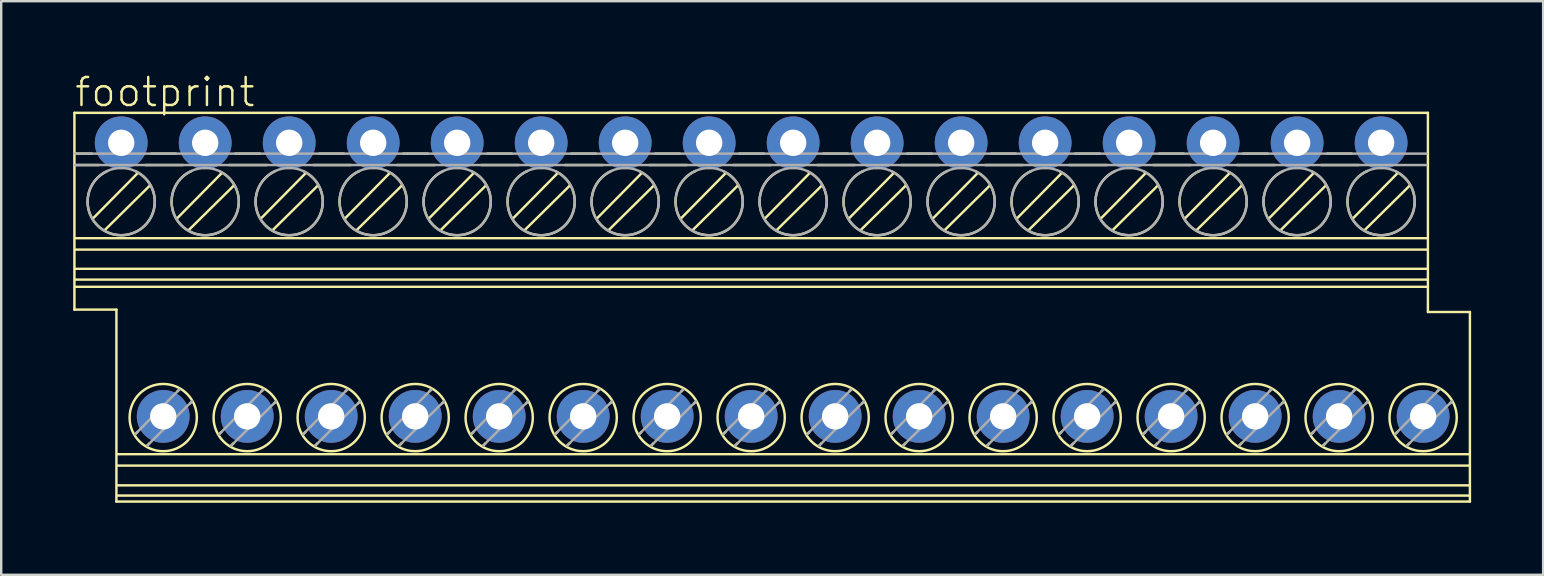
<source format=kicad_pcb>
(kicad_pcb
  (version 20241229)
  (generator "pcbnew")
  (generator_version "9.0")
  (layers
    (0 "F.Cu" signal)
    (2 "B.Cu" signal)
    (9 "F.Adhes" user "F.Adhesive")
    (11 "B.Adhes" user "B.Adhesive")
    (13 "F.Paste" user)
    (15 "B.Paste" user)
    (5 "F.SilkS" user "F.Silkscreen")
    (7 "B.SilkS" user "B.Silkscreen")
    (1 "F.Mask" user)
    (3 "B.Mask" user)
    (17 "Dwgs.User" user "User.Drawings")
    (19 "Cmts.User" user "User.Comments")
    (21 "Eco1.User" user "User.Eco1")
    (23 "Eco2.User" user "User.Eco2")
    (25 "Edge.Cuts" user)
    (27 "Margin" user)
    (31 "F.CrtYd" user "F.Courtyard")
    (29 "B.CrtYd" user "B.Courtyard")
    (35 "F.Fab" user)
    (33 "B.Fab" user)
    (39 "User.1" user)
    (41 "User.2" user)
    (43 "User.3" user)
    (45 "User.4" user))
  (footprint "footprint"
    (layer "F.Cu")
    (at 28.251 9.751)
    (property "Reference" "footprint" (at -28.251 -8.278 0) (layer "F.SilkS") (effects (font (size 1.168 1.168) (thickness 0.102)) (justify left bottom)))
    (fp_line (start -28.2 -8.1) (end 28.2 -8.1) (stroke (width 0.102) (type solid)) (layer "F.SilkS"))
    (fp_line (start -28.2 0.1) (end -28.2 -8.1) (stroke (width 0.102) (type solid)) (layer "F.SilkS"))
    (fp_line (start -28.175 -6.4) (end -27.475 -6.4) (stroke (width 0.102) (type solid)) (layer "F.SilkS"))
    (fp_line (start -28.175 -5.925) (end -27.175 -5.925) (stroke (width 0.102) (type solid)) (layer "F.SilkS"))
    (fp_line (start -28.15 -2.875) (end 28.175 -2.875) (stroke (width 0.102) (type solid)) (layer "F.SilkS"))
    (fp_line (start -28.15 -2.4) (end 28.175 -2.4) (stroke (width 0.102) (type solid)) (layer "F.SilkS"))
    (fp_line (start -28.15 -1.6) (end 28.175 -1.6) (stroke (width 0.102) (type solid)) (layer "F.SilkS"))
    (fp_line (start -28.15 -0.85) (end 28.175 -0.85) (stroke (width 0.102) (type solid)) (layer "F.SilkS"))
    (fp_line (start -27.425 -3.7) (end -25.575 -5.575) (stroke (width 0.102) (type solid)) (layer "F.SilkS"))
    (fp_line (start -26.925 -3.225) (end -25.05 -5.075) (stroke (width 0.102) (type solid)) (layer "F.SilkS"))
    (fp_line (start -26.45 0.1) (end -28.2 0.1) (stroke (width 0.102) (type solid)) (layer "F.SilkS"))
    (fp_line (start -26.45 8.1) (end -26.45 0.1) (stroke (width 0.102) (type solid)) (layer "F.SilkS"))
    (fp_line (start -26.4 6.125) (end 29.925 6.125) (stroke (width 0.102) (type solid)) (layer "F.SilkS"))
    (fp_line (start -26.4 6.6) (end 29.925 6.6) (stroke (width 0.102) (type solid)) (layer "F.SilkS"))
    (fp_line (start -26.4 7.425) (end 29.925 7.425) (stroke (width 0.102) (type solid)) (layer "F.SilkS"))
    (fp_line (start -26.4 7.85) (end 29.925 7.85) (stroke (width 0.102) (type solid)) (layer "F.SilkS"))
    (fp_line (start -25.675 5.3) (end -25.575 5.2) (stroke (width 0.102) (type solid)) (layer "F.SilkS"))
    (fp_line (start -25.25 -5.925) (end -23.675 -5.925) (stroke (width 0.102) (type solid)) (layer "F.SilkS"))
    (fp_line (start -25.175 5.775) (end -25.075 5.675) (stroke (width 0.102) (type solid)) (layer "F.SilkS"))
    (fp_line (start -25 -6.4) (end -23.975 -6.4) (stroke (width 0.102) (type solid)) (layer "F.SilkS"))
    (fp_line (start -23.925 -3.7) (end -22.075 -5.575) (stroke (width 0.102) (type solid)) (layer "F.SilkS"))
    (fp_line (start -23.9 3.5) (end -23.825 3.425) (stroke (width 0.102) (type solid)) (layer "F.SilkS"))
    (fp_line (start -23.425 -3.225) (end -21.55 -5.075) (stroke (width 0.102) (type solid)) (layer "F.SilkS"))
    (fp_line (start -23.375 4) (end -23.3 3.925) (stroke (width 0.102) (type solid)) (layer "F.SilkS"))
    (fp_line (start -22.175 5.3) (end -22.075 5.2) (stroke (width 0.102) (type solid)) (layer "F.SilkS"))
    (fp_line (start -21.75 -5.925) (end -20.175 -5.925) (stroke (width 0.102) (type solid)) (layer "F.SilkS"))
    (fp_line (start -21.675 5.775) (end -21.575 5.675) (stroke (width 0.102) (type solid)) (layer "F.SilkS"))
    (fp_line (start -21.5 -6.4) (end -20.475 -6.4) (stroke (width 0.102) (type solid)) (layer "F.SilkS"))
    (fp_line (start -20.425 -3.7) (end -18.575 -5.575) (stroke (width 0.102) (type solid)) (layer "F.SilkS"))
    (fp_line (start -20.4 3.5) (end -20.325 3.425) (stroke (width 0.102) (type solid)) (layer "F.SilkS"))
    (fp_line (start -19.925 -3.225) (end -18.05 -5.075) (stroke (width 0.102) (type solid)) (layer "F.SilkS"))
    (fp_line (start -19.875 4) (end -19.8 3.925) (stroke (width 0.102) (type solid)) (layer "F.SilkS"))
    (fp_line (start -18.675 5.3) (end -18.575 5.2) (stroke (width 0.102) (type solid)) (layer "F.SilkS"))
    (fp_line (start -18.25 -5.925) (end -16.675 -5.925) (stroke (width 0.102) (type solid)) (layer "F.SilkS"))
    (fp_line (start -18.175 5.775) (end -18.075 5.675) (stroke (width 0.102) (type solid)) (layer "F.SilkS"))
    (fp_line (start -18 -6.4) (end -16.975 -6.4) (stroke (width 0.102) (type solid)) (layer "F.SilkS"))
    (fp_line (start -16.925 -3.7) (end -15.075 -5.575) (stroke (width 0.102) (type solid)) (layer "F.SilkS"))
    (fp_line (start -16.9 3.5) (end -16.825 3.425) (stroke (width 0.102) (type solid)) (layer "F.SilkS"))
    (fp_line (start -16.425 -3.225) (end -14.55 -5.075) (stroke (width 0.102) (type solid)) (layer "F.SilkS"))
    (fp_line (start -16.375 4) (end -16.3 3.925) (stroke (width 0.102) (type solid)) (layer "F.SilkS"))
    (fp_line (start -15.175 5.3) (end -15.075 5.2) (stroke (width 0.102) (type solid)) (layer "F.SilkS"))
    (fp_line (start -14.75 -5.925) (end -13.175 -5.925) (stroke (width 0.102) (type solid)) (layer "F.SilkS"))
    (fp_line (start -14.675 5.775) (end -14.575 5.675) (stroke (width 0.102) (type solid)) (layer "F.SilkS"))
    (fp_line (start -14.5 -6.4) (end -13.475 -6.4) (stroke (width 0.102) (type solid)) (layer "F.SilkS"))
    (fp_line (start -13.425 -3.7) (end -11.575 -5.575) (stroke (width 0.102) (type solid)) (layer "F.SilkS"))
    (fp_line (start -13.4 3.5) (end -13.325 3.425) (stroke (width 0.102) (type solid)) (layer "F.SilkS"))
    (fp_line (start -12.925 -3.225) (end -11.05 -5.075) (stroke (width 0.102) (type solid)) (layer "F.SilkS"))
    (fp_line (start -12.875 4) (end -12.8 3.925) (stroke (width 0.102) (type solid)) (layer "F.SilkS"))
    (fp_line (start -11.675 5.3) (end -11.575 5.2) (stroke (width 0.102) (type solid)) (layer "F.SilkS"))
    (fp_line (start -11.25 -5.925) (end -9.675 -5.925) (stroke (width 0.102) (type solid)) (layer "F.SilkS"))
    (fp_line (start -11.175 5.775) (end -11.075 5.675) (stroke (width 0.102) (type solid)) (layer "F.SilkS"))
    (fp_line (start -11 -6.4) (end -9.975 -6.4) (stroke (width 0.102) (type solid)) (layer "F.SilkS"))
    (fp_line (start -9.925 -3.7) (end -8.075 -5.575) (stroke (width 0.102) (type solid)) (layer "F.SilkS"))
    (fp_line (start -9.9 3.5) (end -9.825 3.425) (stroke (width 0.102) (type solid)) (layer "F.SilkS"))
    (fp_line (start -9.425 -3.225) (end -7.55 -5.075) (stroke (width 0.102) (type solid)) (layer "F.SilkS"))
    (fp_line (start -9.375 4) (end -9.3 3.925) (stroke (width 0.102) (type solid)) (layer "F.SilkS"))
    (fp_line (start -8.175 5.3) (end -8.075 5.2) (stroke (width 0.102) (type solid)) (layer "F.SilkS"))
    (fp_line (start -7.75 -5.925) (end -6.175 -5.925) (stroke (width 0.102) (type solid)) (layer "F.SilkS"))
    (fp_line (start -7.675 5.775) (end -7.575 5.675) (stroke (width 0.102) (type solid)) (layer "F.SilkS"))
    (fp_line (start -7.5 -6.4) (end -6.475 -6.4) (stroke (width 0.102) (type solid)) (layer "F.SilkS"))
    (fp_line (start -6.425 -3.7) (end -4.575 -5.575) (stroke (width 0.102) (type solid)) (layer "F.SilkS"))
    (fp_line (start -6.4 3.5) (end -6.325 3.425) (stroke (width 0.102) (type solid)) (layer "F.SilkS"))
    (fp_line (start -5.925 -3.225) (end -4.05 -5.075) (stroke (width 0.102) (type solid)) (layer "F.SilkS"))
    (fp_line (start -5.875 4) (end -5.8 3.925) (stroke (width 0.102) (type solid)) (layer "F.SilkS"))
    (fp_line (start -4.675 5.3) (end -4.575 5.2) (stroke (width 0.102) (type solid)) (layer "F.SilkS"))
    (fp_line (start -4.25 -5.925) (end -2.675 -5.925) (stroke (width 0.102) (type solid)) (layer "F.SilkS"))
    (fp_line (start -4.175 5.775) (end -4.075 5.675) (stroke (width 0.102) (type solid)) (layer "F.SilkS"))
    (fp_line (start -4 -6.4) (end -2.975 -6.4) (stroke (width 0.102) (type solid)) (layer "F.SilkS"))
    (fp_line (start -2.925 -3.7) (end -1.075 -5.575) (stroke (width 0.102) (type solid)) (layer "F.SilkS"))
    (fp_line (start -2.9 3.5) (end -2.825 3.425) (stroke (width 0.102) (type solid)) (layer "F.SilkS"))
    (fp_line (start -2.425 -3.225) (end -0.55 -5.075) (stroke (width 0.102) (type solid)) (layer "F.SilkS"))
    (fp_line (start -2.375 4) (end -2.3 3.925) (stroke (width 0.102) (type solid)) (layer "F.SilkS"))
    (fp_line (start -1.175 5.3) (end -1.075 5.2) (stroke (width 0.102) (type solid)) (layer "F.SilkS"))
    (fp_line (start -0.75 -5.925) (end 0.825 -5.925) (stroke (width 0.102) (type solid)) (layer "F.SilkS"))
    (fp_line (start -0.675 5.775) (end -0.575 5.675) (stroke (width 0.102) (type solid)) (layer "F.SilkS"))
    (fp_line (start -0.5 -6.4) (end 0.525 -6.4) (stroke (width 0.102) (type solid)) (layer "F.SilkS"))
    (fp_line (start 0.575 -3.7) (end 2.425 -5.575) (stroke (width 0.102) (type solid)) (layer "F.SilkS"))
    (fp_line (start 0.6 3.5) (end 0.675 3.425) (stroke (width 0.102) (type solid)) (layer "F.SilkS"))
    (fp_line (start 1.075 -3.225) (end 2.95 -5.075) (stroke (width 0.102) (type solid)) (layer "F.SilkS"))
    (fp_line (start 1.125 4) (end 1.2 3.925) (stroke (width 0.102) (type solid)) (layer "F.SilkS"))
    (fp_line (start 2.325 5.3) (end 2.425 5.2) (stroke (width 0.102) (type solid)) (layer "F.SilkS"))
    (fp_line (start 2.75 -5.925) (end 4.325 -5.925) (stroke (width 0.102) (type solid)) (layer "F.SilkS"))
    (fp_line (start 2.825 5.775) (end 2.925 5.675) (stroke (width 0.102) (type solid)) (layer "F.SilkS"))
    (fp_line (start 3 -6.4) (end 4.025 -6.4) (stroke (width 0.102) (type solid)) (layer "F.SilkS"))
    (fp_line (start 4.075 -3.7) (end 5.925 -5.575) (stroke (width 0.102) (type solid)) (layer "F.SilkS"))
    (fp_line (start 4.1 3.5) (end 4.175 3.425) (stroke (width 0.102) (type solid)) (layer "F.SilkS"))
    (fp_line (start 4.575 -3.225) (end 6.45 -5.075) (stroke (width 0.102) (type solid)) (layer "F.SilkS"))
    (fp_line (start 4.625 4) (end 4.7 3.925) (stroke (width 0.102) (type solid)) (layer "F.SilkS"))
    (fp_line (start 5.825 5.3) (end 5.925 5.2) (stroke (width 0.102) (type solid)) (layer "F.SilkS"))
    (fp_line (start 6.25 -5.925) (end 7.825 -5.925) (stroke (width 0.102) (type solid)) (layer "F.SilkS"))
    (fp_line (start 6.325 5.775) (end 6.425 5.675) (stroke (width 0.102) (type solid)) (layer "F.SilkS"))
    (fp_line (start 6.5 -6.4) (end 7.525 -6.4) (stroke (width 0.102) (type solid)) (layer "F.SilkS"))
    (fp_line (start 7.575 -3.7) (end 9.425 -5.575) (stroke (width 0.102) (type solid)) (layer "F.SilkS"))
    (fp_line (start 7.6 3.5) (end 7.675 3.425) (stroke (width 0.102) (type solid)) (layer "F.SilkS"))
    (fp_line (start 8.075 -3.225) (end 9.95 -5.075) (stroke (width 0.102) (type solid)) (layer "F.SilkS"))
    (fp_line (start 8.125 4) (end 8.2 3.925) (stroke (width 0.102) (type solid)) (layer "F.SilkS"))
    (fp_line (start 9.325 5.3) (end 9.425 5.2) (stroke (width 0.102) (type solid)) (layer "F.SilkS"))
    (fp_line (start 9.75 -5.925) (end 11.325 -5.925) (stroke (width 0.102) (type solid)) (layer "F.SilkS"))
    (fp_line (start 9.825 5.775) (end 9.925 5.675) (stroke (width 0.102) (type solid)) (layer "F.SilkS"))
    (fp_line (start 10 -6.4) (end 11.025 -6.4) (stroke (width 0.102) (type solid)) (layer "F.SilkS"))
    (fp_line (start 11.075 -3.7) (end 12.925 -5.575) (stroke (width 0.102) (type solid)) (layer "F.SilkS"))
    (fp_line (start 11.1 3.5) (end 11.175 3.425) (stroke (width 0.102) (type solid)) (layer "F.SilkS"))
    (fp_line (start 11.575 -3.225) (end 13.45 -5.075) (stroke (width 0.102) (type solid)) (layer "F.SilkS"))
    (fp_line (start 11.625 4) (end 11.7 3.925) (stroke (width 0.102) (type solid)) (layer "F.SilkS"))
    (fp_line (start 12.825 5.3) (end 12.925 5.2) (stroke (width 0.102) (type solid)) (layer "F.SilkS"))
    (fp_line (start 13.25 -5.925) (end 14.825 -5.925) (stroke (width 0.102) (type solid)) (layer "F.SilkS"))
    (fp_line (start 13.325 5.775) (end 13.425 5.675) (stroke (width 0.102) (type solid)) (layer "F.SilkS"))
    (fp_line (start 13.5 -6.4) (end 14.525 -6.4) (stroke (width 0.102) (type solid)) (layer "F.SilkS"))
    (fp_line (start 14.575 -3.7) (end 16.425 -5.575) (stroke (width 0.102) (type solid)) (layer "F.SilkS"))
    (fp_line (start 14.6 3.5) (end 14.675 3.425) (stroke (width 0.102) (type solid)) (layer "F.SilkS"))
    (fp_line (start 15.075 -3.225) (end 16.95 -5.075) (stroke (width 0.102) (type solid)) (layer "F.SilkS"))
    (fp_line (start 15.125 4) (end 15.2 3.925) (stroke (width 0.102) (type solid)) (layer "F.SilkS"))
    (fp_line (start 16.325 5.3) (end 16.425 5.2) (stroke (width 0.102) (type solid)) (layer "F.SilkS"))
    (fp_line (start 16.75 -5.925) (end 18.325 -5.925) (stroke (width 0.102) (type solid)) (layer "F.SilkS"))
    (fp_line (start 16.825 5.775) (end 16.925 5.675) (stroke (width 0.102) (type solid)) (layer "F.SilkS"))
    (fp_line (start 17 -6.4) (end 18.025 -6.4) (stroke (width 0.102) (type solid)) (layer "F.SilkS"))
    (fp_line (start 18.075 -3.7) (end 19.925 -5.575) (stroke (width 0.102) (type solid)) (layer "F.SilkS"))
    (fp_line (start 18.1 3.5) (end 18.175 3.425) (stroke (width 0.102) (type solid)) (layer "F.SilkS"))
    (fp_line (start 18.575 -3.225) (end 20.45 -5.075) (stroke (width 0.102) (type solid)) (layer "F.SilkS"))
    (fp_line (start 18.625 4) (end 18.7 3.925) (stroke (width 0.102) (type solid)) (layer "F.SilkS"))
    (fp_line (start 19.825 5.3) (end 19.925 5.2) (stroke (width 0.102) (type solid)) (layer "F.SilkS"))
    (fp_line (start 20.25 -5.925) (end 21.825 -5.925) (stroke (width 0.102) (type solid)) (layer "F.SilkS"))
    (fp_line (start 20.325 5.775) (end 20.425 5.675) (stroke (width 0.102) (type solid)) (layer "F.SilkS"))
    (fp_line (start 20.5 -6.4) (end 21.525 -6.4) (stroke (width 0.102) (type solid)) (layer "F.SilkS"))
    (fp_line (start 21.575 -3.7) (end 23.425 -5.575) (stroke (width 0.102) (type solid)) (layer "F.SilkS"))
    (fp_line (start 21.6 3.5) (end 21.675 3.425) (stroke (width 0.102) (type solid)) (layer "F.SilkS"))
    (fp_line (start 22.075 -3.225) (end 23.95 -5.075) (stroke (width 0.102) (type solid)) (layer "F.SilkS"))
    (fp_line (start 22.125 4) (end 22.2 3.925) (stroke (width 0.102) (type solid)) (layer "F.SilkS"))
    (fp_line (start 23.325 5.3) (end 23.425 5.2) (stroke (width 0.102) (type solid)) (layer "F.SilkS"))
    (fp_line (start 23.75 -5.925) (end 25.325 -5.925) (stroke (width 0.102) (type solid)) (layer "F.SilkS"))
    (fp_line (start 23.825 5.775) (end 23.925 5.675) (stroke (width 0.102) (type solid)) (layer "F.SilkS"))
    (fp_line (start 24 -6.4) (end 25.025 -6.4) (stroke (width 0.102) (type solid)) (layer "F.SilkS"))
    (fp_line (start 25.075 -3.7) (end 26.925 -5.575) (stroke (width 0.102) (type solid)) (layer "F.SilkS"))
    (fp_line (start 25.1 3.5) (end 25.175 3.425) (stroke (width 0.102) (type solid)) (layer "F.SilkS"))
    (fp_line (start 25.575 -3.225) (end 27.45 -5.075) (stroke (width 0.102) (type solid)) (layer "F.SilkS"))
    (fp_line (start 25.625 4) (end 25.7 3.925) (stroke (width 0.102) (type solid)) (layer "F.SilkS"))
    (fp_line (start 26.825 5.3) (end 26.925 5.2) (stroke (width 0.102) (type solid)) (layer "F.SilkS"))
    (fp_line (start 27.325 5.775) (end 27.425 5.675) (stroke (width 0.102) (type solid)) (layer "F.SilkS"))
    (fp_line (start 28.175 -1.15) (end -28.15 -1.15) (stroke (width 0.102) (type solid)) (layer "F.SilkS"))
    (fp_line (start 28.2 -8.1) (end 28.2 0.2) (stroke (width 0.102) (type solid)) (layer "F.SilkS"))
    (fp_line (start 28.2 0.2) (end 29.95 0.2) (stroke (width 0.102) (type solid)) (layer "F.SilkS"))
    (fp_line (start 28.6 3.5) (end 28.675 3.425) (stroke (width 0.102) (type solid)) (layer "F.SilkS"))
    (fp_line (start 29.125 4) (end 29.2 3.925) (stroke (width 0.102) (type solid)) (layer "F.SilkS"))
    (fp_line (start 29.95 0.2) (end 29.95 8.1) (stroke (width 0.102) (type solid)) (layer "F.SilkS"))
    (fp_line (start 29.95 8.1) (end -26.45 8.1) (stroke (width 0.102) (type solid)) (layer "F.SilkS"))
    (fp_arc (start -25.624999 -5.65) (mid -26.280481 -2.999357) (end -26.825 -5.675) (stroke (width 0.1016) (type solid)) (layer "F.SilkS"))
    (fp_arc (start -22.124999 -5.65) (mid -22.780481 -2.999357) (end -23.325 -5.675) (stroke (width 0.1016) (type solid)) (layer "F.SilkS"))
    (fp_arc (start -18.624999 -5.65) (mid -19.280481 -2.999357) (end -19.825 -5.675) (stroke (width 0.1016) (type solid)) (layer "F.SilkS"))
    (fp_arc (start -15.124999 -5.65) (mid -15.780481 -2.999357) (end -16.325 -5.675) (stroke (width 0.1016) (type solid)) (layer "F.SilkS"))
    (fp_arc (start -11.624999 -5.65) (mid -12.280481 -2.999357) (end -12.825 -5.675) (stroke (width 0.1016) (type solid)) (layer "F.SilkS"))
    (fp_arc (start -8.124999 -5.65) (mid -8.780481 -2.999357) (end -9.325 -5.675) (stroke (width 0.1016) (type solid)) (layer "F.SilkS"))
    (fp_arc (start -4.624999 -5.65) (mid -5.280481 -2.999357) (end -5.825 -5.675) (stroke (width 0.1016) (type solid)) (layer "F.SilkS"))
    (fp_arc (start -1.124999 -5.65) (mid -1.780481 -2.999357) (end -2.325 -5.675) (stroke (width 0.1016) (type solid)) (layer "F.SilkS"))
    (fp_arc (start 2.375001 -5.65) (mid 1.719517 -2.999357) (end 1.175 -5.675) (stroke (width 0.1016) (type solid)) (layer "F.SilkS"))
    (fp_arc (start 5.875001 -5.65) (mid 5.219517 -2.999357) (end 4.675 -5.675) (stroke (width 0.1016) (type solid)) (layer "F.SilkS"))
    (fp_arc (start 9.375001 -5.65) (mid 8.719517 -2.999357) (end 8.175 -5.675) (stroke (width 0.1016) (type solid)) (layer "F.SilkS"))
    (fp_arc (start 12.875001 -5.65) (mid 12.219517 -2.999357) (end 11.675 -5.675) (stroke (width 0.1016) (type solid)) (layer "F.SilkS"))
    (fp_arc (start 16.375001 -5.65) (mid 15.719517 -2.999357) (end 15.175 -5.675) (stroke (width 0.1016) (type solid)) (layer "F.SilkS"))
    (fp_arc (start 19.875001 -5.65) (mid 19.219517 -2.999357) (end 18.675 -5.675) (stroke (width 0.1016) (type solid)) (layer "F.SilkS"))
    (fp_arc (start 23.375001 -5.65) (mid 22.719517 -2.999357) (end 22.175 -5.675) (stroke (width 0.1016) (type solid)) (layer "F.SilkS"))
    (fp_arc (start 26.875001 -5.65) (mid 26.219517 -2.999357) (end 25.675 -5.675) (stroke (width 0.1016) (type solid)) (layer "F.SilkS"))
    (fp_circle (center -24.5 4.6) (end -23.099 4.6) (stroke (width 0.102) (type solid)) (fill no) (layer "F.SilkS"))
    (fp_circle (center -21 4.6) (end -19.599 4.6) (stroke (width 0.102) (type solid)) (fill no) (layer "F.SilkS"))
    (fp_circle (center -17.5 4.6) (end -16.099 4.6) (stroke (width 0.102) (type solid)) (fill no) (layer "F.SilkS"))
    (fp_circle (center -14 4.6) (end -12.599 4.6) (stroke (width 0.102) (type solid)) (fill no) (layer "F.SilkS"))
    (fp_circle (center -10.5 4.6) (end -9.099 4.6) (stroke (width 0.102) (type solid)) (fill no) (layer "F.SilkS"))
    (fp_circle (center -7 4.6) (end -5.599 4.6) (stroke (width 0.102) (type solid)) (fill no) (layer "F.SilkS"))
    (fp_circle (center -3.5 4.6) (end -2.099 4.6) (stroke (width 0.102) (type solid)) (fill no) (layer "F.SilkS"))
    (fp_circle (center 0 4.6) (end 1.401 4.6) (stroke (width 0.102) (type solid)) (fill no) (layer "F.SilkS"))
    (fp_circle (center 3.5 4.6) (end 4.901 4.6) (stroke (width 0.102) (type solid)) (fill no) (layer "F.SilkS"))
    (fp_circle (center 7 4.6) (end 8.401 4.6) (stroke (width 0.102) (type solid)) (fill no) (layer "F.SilkS"))
    (fp_circle (center 10.5 4.6) (end 11.901 4.6) (stroke (width 0.102) (type solid)) (fill no) (layer "F.SilkS"))
    (fp_circle (center 14 4.6) (end 15.401 4.6) (stroke (width 0.102) (type solid)) (fill no) (layer "F.SilkS"))
    (fp_circle (center 17.5 4.6) (end 18.901 4.6) (stroke (width 0.102) (type solid)) (fill no) (layer "F.SilkS"))
    (fp_circle (center 21 4.6) (end 22.401 4.6) (stroke (width 0.102) (type solid)) (fill no) (layer "F.SilkS"))
    (fp_circle (center 24.5 4.6) (end 25.901 4.6) (stroke (width 0.102) (type solid)) (fill no) (layer "F.SilkS"))
    (fp_circle (center 28 4.6) (end 29.401 4.6) (stroke (width 0.102) (type solid)) (fill no) (layer "F.SilkS"))
    (fp_line (start -28.175 -6.4) (end 28.15 -6.4) (stroke (width 0.102) (type solid)) (layer "F.Fab"))
    (fp_line (start -28.175 -5.925) (end 28.15 -5.925) (stroke (width 0.102) (type solid)) (layer "F.Fab"))
    (fp_line (start -25.675 5.3) (end -23.825 3.425) (stroke (width 0.102) (type solid)) (layer "F.Fab"))
    (fp_line (start -25.175 5.775) (end -23.3 3.925) (stroke (width 0.102) (type solid)) (layer "F.Fab"))
    (fp_line (start -22.175 5.3) (end -20.325 3.425) (stroke (width 0.102) (type solid)) (layer "F.Fab"))
    (fp_line (start -21.675 5.775) (end -19.8 3.925) (stroke (width 0.102) (type solid)) (layer "F.Fab"))
    (fp_line (start -18.675 5.3) (end -16.825 3.425) (stroke (width 0.102) (type solid)) (layer "F.Fab"))
    (fp_line (start -18.175 5.775) (end -16.3 3.925) (stroke (width 0.102) (type solid)) (layer "F.Fab"))
    (fp_line (start -15.175 5.3) (end -13.325 3.425) (stroke (width 0.102) (type solid)) (layer "F.Fab"))
    (fp_line (start -14.675 5.775) (end -12.8 3.925) (stroke (width 0.102) (type solid)) (layer "F.Fab"))
    (fp_line (start -11.675 5.3) (end -9.825 3.425) (stroke (width 0.102) (type solid)) (layer "F.Fab"))
    (fp_line (start -11.175 5.775) (end -9.3 3.925) (stroke (width 0.102) (type solid)) (layer "F.Fab"))
    (fp_line (start -8.175 5.3) (end -6.325 3.425) (stroke (width 0.102) (type solid)) (layer "F.Fab"))
    (fp_line (start -7.675 5.775) (end -5.8 3.925) (stroke (width 0.102) (type solid)) (layer "F.Fab"))
    (fp_line (start -4.675 5.3) (end -2.825 3.425) (stroke (width 0.102) (type solid)) (layer "F.Fab"))
    (fp_line (start -4.175 5.775) (end -2.3 3.925) (stroke (width 0.102) (type solid)) (layer "F.Fab"))
    (fp_line (start -1.175 5.3) (end 0.675 3.425) (stroke (width 0.102) (type solid)) (layer "F.Fab"))
    (fp_line (start -0.675 5.775) (end 1.2 3.925) (stroke (width 0.102) (type solid)) (layer "F.Fab"))
    (fp_line (start 2.325 5.3) (end 4.175 3.425) (stroke (width 0.102) (type solid)) (layer "F.Fab"))
    (fp_line (start 2.825 5.775) (end 4.7 3.925) (stroke (width 0.102) (type solid)) (layer "F.Fab"))
    (fp_line (start 5.825 5.3) (end 7.675 3.425) (stroke (width 0.102) (type solid)) (layer "F.Fab"))
    (fp_line (start 6.325 5.775) (end 8.2 3.925) (stroke (width 0.102) (type solid)) (layer "F.Fab"))
    (fp_line (start 9.325 5.3) (end 11.175 3.425) (stroke (width 0.102) (type solid)) (layer "F.Fab"))
    (fp_line (start 9.825 5.775) (end 11.7 3.925) (stroke (width 0.102) (type solid)) (layer "F.Fab"))
    (fp_line (start 12.825 5.3) (end 14.675 3.425) (stroke (width 0.102) (type solid)) (layer "F.Fab"))
    (fp_line (start 13.325 5.775) (end 15.2 3.925) (stroke (width 0.102) (type solid)) (layer "F.Fab"))
    (fp_line (start 16.325 5.3) (end 18.175 3.425) (stroke (width 0.102) (type solid)) (layer "F.Fab"))
    (fp_line (start 16.825 5.775) (end 18.7 3.925) (stroke (width 0.102) (type solid)) (layer "F.Fab"))
    (fp_line (start 19.825 5.3) (end 21.675 3.425) (stroke (width 0.102) (type solid)) (layer "F.Fab"))
    (fp_line (start 20.325 5.775) (end 22.2 3.925) (stroke (width 0.102) (type solid)) (layer "F.Fab"))
    (fp_line (start 23.325 5.3) (end 25.175 3.425) (stroke (width 0.102) (type solid)) (layer "F.Fab"))
    (fp_line (start 23.825 5.775) (end 25.7 3.925) (stroke (width 0.102) (type solid)) (layer "F.Fab"))
    (fp_line (start 26.825 5.3) (end 28.675 3.425) (stroke (width 0.102) (type solid)) (layer "F.Fab"))
    (fp_line (start 27.325 5.775) (end 29.2 3.925) (stroke (width 0.102) (type solid)) (layer "F.Fab"))
    (fp_circle (center -26.25 -4.4) (end -24.849 -4.4) (stroke (width 0.102) (type solid)) (fill no) (layer "F.Fab"))
    (fp_circle (center -22.75 -4.4) (end -21.349 -4.4) (stroke (width 0.102) (type solid)) (fill no) (layer "F.Fab"))
    (fp_circle (center -19.25 -4.4) (end -17.849 -4.4) (stroke (width 0.102) (type solid)) (fill no) (layer "F.Fab"))
    (fp_circle (center -15.75 -4.4) (end -14.349 -4.4) (stroke (width 0.102) (type solid)) (fill no) (layer "F.Fab"))
    (fp_circle (center -12.25 -4.4) (end -10.849 -4.4) (stroke (width 0.102) (type solid)) (fill no) (layer "F.Fab"))
    (fp_circle (center -8.75 -4.4) (end -7.349 -4.4) (stroke (width 0.102) (type solid)) (fill no) (layer "F.Fab"))
    (fp_circle (center -5.25 -4.4) (end -3.849 -4.4) (stroke (width 0.102) (type solid)) (fill no) (layer "F.Fab"))
    (fp_circle (center -1.75 -4.4) (end -0.349 -4.4) (stroke (width 0.102) (type solid)) (fill no) (layer "F.Fab"))
    (fp_circle (center 1.75 -4.4) (end 3.151 -4.4) (stroke (width 0.102) (type solid)) (fill no) (layer "F.Fab"))
    (fp_circle (center 5.25 -4.4) (end 6.651 -4.4) (stroke (width 0.102) (type solid)) (fill no) (layer "F.Fab"))
    (fp_circle (center 8.75 -4.4) (end 10.151 -4.4) (stroke (width 0.102) (type solid)) (fill no) (layer "F.Fab"))
    (fp_circle (center 12.25 -4.4) (end 13.651 -4.4) (stroke (width 0.102) (type solid)) (fill no) (layer "F.Fab"))
    (fp_circle (center 15.75 -4.4) (end 17.151 -4.4) (stroke (width 0.102) (type solid)) (fill no) (layer "F.Fab"))
    (fp_circle (center 19.25 -4.4) (end 20.651 -4.4) (stroke (width 0.102) (type solid)) (fill no) (layer "F.Fab"))
    (fp_circle (center 22.75 -4.4) (end 24.151 -4.4) (stroke (width 0.102) (type solid)) (fill no) (layer "F.Fab"))
    (fp_circle (center 26.25 -4.4) (end 27.651 -4.4) (stroke (width 0.102) (type solid)) (fill no) (layer "F.Fab"))
    (pad "1" thru_hole circle (at -26.25 -6.85) (size 2.2 2.2) (drill 1.1) (layers "*.Cu" "*.Mask"))
    (pad "2" thru_hole circle (at -24.5 4.55) (size 2.2 2.2) (drill 1.1) (layers "*.Cu" "*.Mask"))
    (pad "3" thru_hole circle (at -22.75 -6.85) (size 2.2 2.2) (drill 1.1) (layers "*.Cu" "*.Mask"))
    (pad "4" thru_hole circle (at -21 4.55) (size 2.2 2.2) (drill 1.1) (layers "*.Cu" "*.Mask"))
    (pad "5" thru_hole circle (at -19.25 -6.85) (size 2.2 2.2) (drill 1.1) (layers "*.Cu" "*.Mask"))
    (pad "6" thru_hole circle (at -17.5 4.55) (size 2.2 2.2) (drill 1.1) (layers "*.Cu" "*.Mask"))
    (pad "7" thru_hole circle (at -15.75 -6.85) (size 2.2 2.2) (drill 1.1) (layers "*.Cu" "*.Mask"))
    (pad "8" thru_hole circle (at -14 4.55) (size 2.2 2.2) (drill 1.1) (layers "*.Cu" "*.Mask"))
    (pad "9" thru_hole circle (at -12.25 -6.85) (size 2.2 2.2) (drill 1.1) (layers "*.Cu" "*.Mask"))
    (pad "10" thru_hole circle (at -10.5 4.55) (size 2.2 2.2) (drill 1.1) (layers "*.Cu" "*.Mask"))
    (pad "11" thru_hole circle (at -8.75 -6.85) (size 2.2 2.2) (drill 1.1) (layers "*.Cu" "*.Mask"))
    (pad "12" thru_hole circle (at -7 4.55) (size 2.2 2.2) (drill 1.1) (layers "*.Cu" "*.Mask"))
    (pad "13" thru_hole circle (at -5.25 -6.85) (size 2.2 2.2) (drill 1.1) (layers "*.Cu" "*.Mask"))
    (pad "14" thru_hole circle (at -3.5 4.55) (size 2.2 2.2) (drill 1.1) (layers "*.Cu" "*.Mask"))
    (pad "15" thru_hole circle (at -1.75 -6.85) (size 2.2 2.2) (drill 1.1) (layers "*.Cu" "*.Mask"))
    (pad "16" thru_hole circle (at 0 4.55) (size 2.2 2.2) (drill 1.1) (layers "*.Cu" "*.Mask"))
    (pad "17" thru_hole circle (at 1.75 -6.85) (size 2.2 2.2) (drill 1.1) (layers "*.Cu" "*.Mask"))
    (pad "18" thru_hole circle (at 3.5 4.55) (size 2.2 2.2) (drill 1.1) (layers "*.Cu" "*.Mask"))
    (pad "19" thru_hole circle (at 5.25 -6.85) (size 2.2 2.2) (drill 1.1) (layers "*.Cu" "*.Mask"))
    (pad "20" thru_hole circle (at 7 4.55) (size 2.2 2.2) (drill 1.1) (layers "*.Cu" "*.Mask"))
    (pad "21" thru_hole circle (at 8.75 -6.85) (size 2.2 2.2) (drill 1.1) (layers "*.Cu" "*.Mask"))
    (pad "22" thru_hole circle (at 10.5 4.55) (size 2.2 2.2) (drill 1.1) (layers "*.Cu" "*.Mask"))
    (pad "23" thru_hole circle (at 12.25 -6.85) (size 2.2 2.2) (drill 1.1) (layers "*.Cu" "*.Mask"))
    (pad "24" thru_hole circle (at 14 4.55) (size 2.2 2.2) (drill 1.1) (layers "*.Cu" "*.Mask"))
    (pad "25" thru_hole circle (at 15.75 -6.85) (size 2.2 2.2) (drill 1.1) (layers "*.Cu" "*.Mask"))
    (pad "26" thru_hole circle (at 17.5 4.55) (size 2.2 2.2) (drill 1.1) (layers "*.Cu" "*.Mask"))
    (pad "27" thru_hole circle (at 19.25 -6.85) (size 2.2 2.2) (drill 1.1) (layers "*.Cu" "*.Mask"))
    (pad "28" thru_hole circle (at 21 4.55) (size 2.2 2.2) (drill 1.1) (layers "*.Cu" "*.Mask"))
    (pad "29" thru_hole circle (at 22.75 -6.85) (size 2.2 2.2) (drill 1.1) (layers "*.Cu" "*.Mask"))
    (pad "30" thru_hole circle (at 24.5 4.55) (size 2.2 2.2) (drill 1.1) (layers "*.Cu" "*.Mask"))
    (pad "31" thru_hole circle (at 26.25 -6.85) (size 2.2 2.2) (drill 1.1) (layers "*.Cu" "*.Mask"))
    (pad "32" thru_hole circle (at 28 4.55) (size 2.2 2.2) (drill 1.1) (layers "*.Cu" "*.Mask")))
  (gr_rect
    (start -3 -3)
    (end 61.252 20.902)
    (stroke (width 0.1) (type default))
    (fill no)
    (layer "Edge.Cuts")))
</source>
